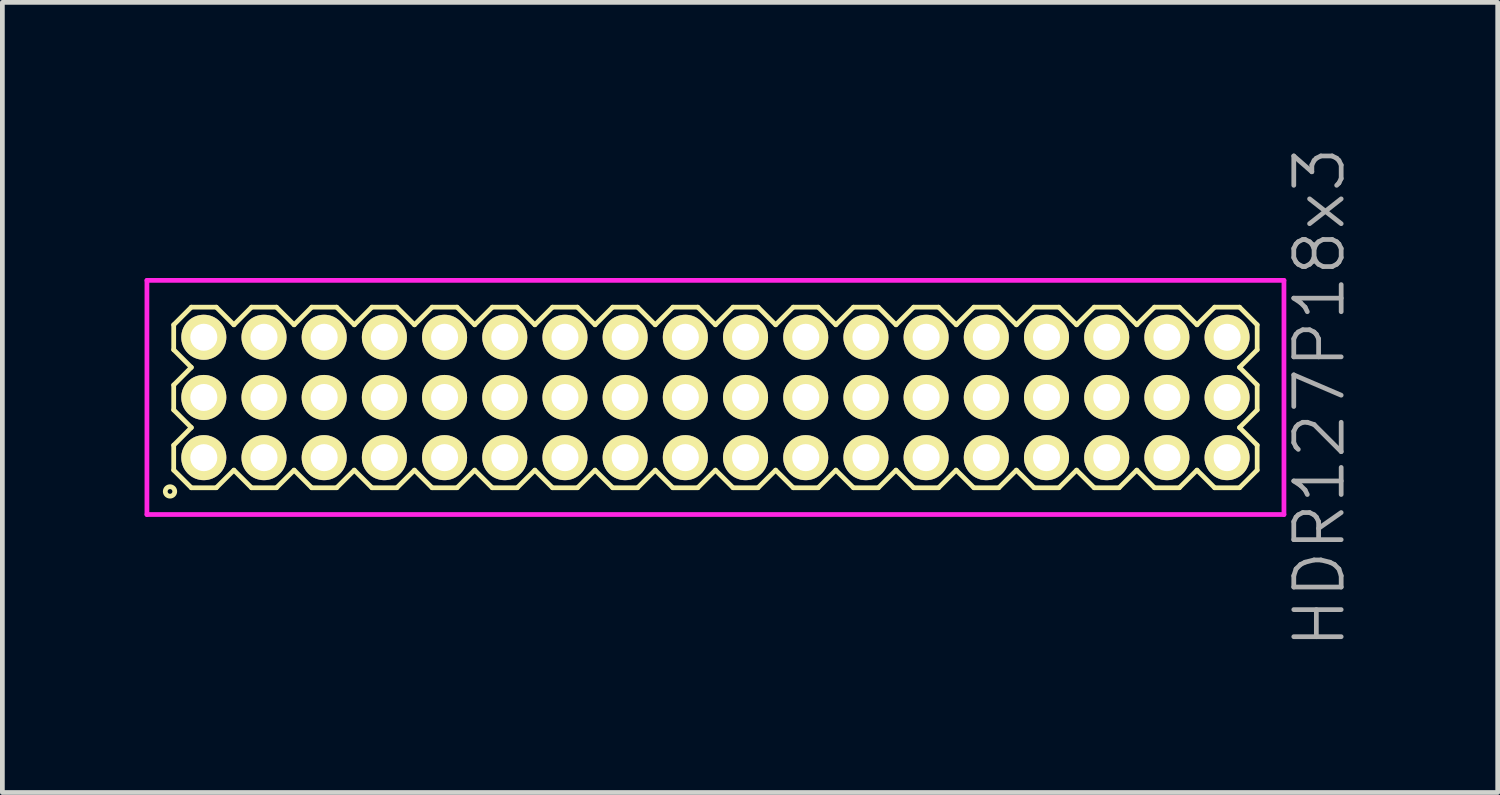
<source format=kicad_pcb>
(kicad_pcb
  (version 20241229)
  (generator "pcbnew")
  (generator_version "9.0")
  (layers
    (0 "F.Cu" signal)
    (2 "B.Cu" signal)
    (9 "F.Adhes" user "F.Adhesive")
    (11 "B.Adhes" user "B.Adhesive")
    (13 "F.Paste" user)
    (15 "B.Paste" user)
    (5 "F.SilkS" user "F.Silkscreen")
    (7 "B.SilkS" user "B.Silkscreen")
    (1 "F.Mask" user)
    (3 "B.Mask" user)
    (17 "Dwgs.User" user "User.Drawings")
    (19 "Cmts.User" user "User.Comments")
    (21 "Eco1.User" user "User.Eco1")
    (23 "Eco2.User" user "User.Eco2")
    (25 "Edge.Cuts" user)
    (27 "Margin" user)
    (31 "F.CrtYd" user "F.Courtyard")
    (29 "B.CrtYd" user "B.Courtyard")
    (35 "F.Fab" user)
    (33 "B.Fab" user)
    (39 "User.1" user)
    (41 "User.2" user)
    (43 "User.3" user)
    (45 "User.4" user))
  (footprint "HDR127P18x3"
    (layer "F.Cu")
    (at 12.045 5.336)
    (property "Reference" "HDR127P18x3" (at 12.745 0 90) (layer "F.Fab") (effects (font (size 1 1) (thickness 0.1))))
    (attr through_hole)
    (fp_line (start -11.43 -1.533) (end -11.058 -1.905) (stroke (width 0.1) (type solid)) (layer "F.SilkS"))
    (fp_line (start -11.43 -1.007) (end -11.43 -1.533) (stroke (width 0.1) (type solid)) (layer "F.SilkS"))
    (fp_line (start -11.43 -0.263) (end -11.058 -0.635) (stroke (width 0.1) (type solid)) (layer "F.SilkS"))
    (fp_line (start -11.43 0.263) (end -11.43 -0.263) (stroke (width 0.1) (type solid)) (layer "F.SilkS"))
    (fp_line (start -11.43 1.007) (end -11.058 0.635) (stroke (width 0.1) (type solid)) (layer "F.SilkS"))
    (fp_line (start -11.43 1.533) (end -11.43 1.007) (stroke (width 0.1) (type solid)) (layer "F.SilkS"))
    (fp_line (start -11.058 -1.905) (end -10.532 -1.905) (stroke (width 0.1) (type solid)) (layer "F.SilkS"))
    (fp_line (start -11.058 -0.635) (end -11.43 -1.007) (stroke (width 0.1) (type solid)) (layer "F.SilkS"))
    (fp_line (start -11.058 0.635) (end -11.43 0.263) (stroke (width 0.1) (type solid)) (layer "F.SilkS"))
    (fp_line (start -11.058 1.905) (end -11.43 1.533) (stroke (width 0.1) (type solid)) (layer "F.SilkS"))
    (fp_line (start -10.532 -1.905) (end -10.16 -1.533) (stroke (width 0.1) (type solid)) (layer "F.SilkS"))
    (fp_line (start -10.532 1.905) (end -11.058 1.905) (stroke (width 0.1) (type solid)) (layer "F.SilkS"))
    (fp_line (start -10.16 -1.533) (end -9.788 -1.905) (stroke (width 0.1) (type solid)) (layer "F.SilkS"))
    (fp_line (start -10.16 1.533) (end -10.532 1.905) (stroke (width 0.1) (type solid)) (layer "F.SilkS"))
    (fp_line (start -9.788 -1.905) (end -9.262 -1.905) (stroke (width 0.1) (type solid)) (layer "F.SilkS"))
    (fp_line (start -9.788 1.905) (end -10.16 1.533) (stroke (width 0.1) (type solid)) (layer "F.SilkS"))
    (fp_line (start -9.262 -1.905) (end -8.89 -1.533) (stroke (width 0.1) (type solid)) (layer "F.SilkS"))
    (fp_line (start -9.262 1.905) (end -9.788 1.905) (stroke (width 0.1) (type solid)) (layer "F.SilkS"))
    (fp_line (start -8.89 -1.533) (end -8.518 -1.905) (stroke (width 0.1) (type solid)) (layer "F.SilkS"))
    (fp_line (start -8.89 1.533) (end -9.262 1.905) (stroke (width 0.1) (type solid)) (layer "F.SilkS"))
    (fp_line (start -8.518 -1.905) (end -7.992 -1.905) (stroke (width 0.1) (type solid)) (layer "F.SilkS"))
    (fp_line (start -8.518 1.905) (end -8.89 1.533) (stroke (width 0.1) (type solid)) (layer "F.SilkS"))
    (fp_line (start -7.992 -1.905) (end -7.62 -1.533) (stroke (width 0.1) (type solid)) (layer "F.SilkS"))
    (fp_line (start -7.992 1.905) (end -8.518 1.905) (stroke (width 0.1) (type solid)) (layer "F.SilkS"))
    (fp_line (start -7.62 -1.533) (end -7.248 -1.905) (stroke (width 0.1) (type solid)) (layer "F.SilkS"))
    (fp_line (start -7.62 1.533) (end -7.992 1.905) (stroke (width 0.1) (type solid)) (layer "F.SilkS"))
    (fp_line (start -7.248 -1.905) (end -6.722 -1.905) (stroke (width 0.1) (type solid)) (layer "F.SilkS"))
    (fp_line (start -7.248 1.905) (end -7.62 1.533) (stroke (width 0.1) (type solid)) (layer "F.SilkS"))
    (fp_line (start -6.722 -1.905) (end -6.35 -1.533) (stroke (width 0.1) (type solid)) (layer "F.SilkS"))
    (fp_line (start -6.722 1.905) (end -7.248 1.905) (stroke (width 0.1) (type solid)) (layer "F.SilkS"))
    (fp_line (start -6.35 -1.533) (end -5.978 -1.905) (stroke (width 0.1) (type solid)) (layer "F.SilkS"))
    (fp_line (start -6.35 1.533) (end -6.722 1.905) (stroke (width 0.1) (type solid)) (layer "F.SilkS"))
    (fp_line (start -5.978 -1.905) (end -5.452 -1.905) (stroke (width 0.1) (type solid)) (layer "F.SilkS"))
    (fp_line (start -5.978 1.905) (end -6.35 1.533) (stroke (width 0.1) (type solid)) (layer "F.SilkS"))
    (fp_line (start -5.452 -1.905) (end -5.08 -1.533) (stroke (width 0.1) (type solid)) (layer "F.SilkS"))
    (fp_line (start -5.452 1.905) (end -5.978 1.905) (stroke (width 0.1) (type solid)) (layer "F.SilkS"))
    (fp_line (start -5.08 -1.533) (end -4.708 -1.905) (stroke (width 0.1) (type solid)) (layer "F.SilkS"))
    (fp_line (start -5.08 1.533) (end -5.452 1.905) (stroke (width 0.1) (type solid)) (layer "F.SilkS"))
    (fp_line (start -4.708 -1.905) (end -4.182 -1.905) (stroke (width 0.1) (type solid)) (layer "F.SilkS"))
    (fp_line (start -4.708 1.905) (end -5.08 1.533) (stroke (width 0.1) (type solid)) (layer "F.SilkS"))
    (fp_line (start -4.182 -1.905) (end -3.81 -1.533) (stroke (width 0.1) (type solid)) (layer "F.SilkS"))
    (fp_line (start -4.182 1.905) (end -4.708 1.905) (stroke (width 0.1) (type solid)) (layer "F.SilkS"))
    (fp_line (start -3.81 -1.533) (end -3.438 -1.905) (stroke (width 0.1) (type solid)) (layer "F.SilkS"))
    (fp_line (start -3.81 1.533) (end -4.182 1.905) (stroke (width 0.1) (type solid)) (layer "F.SilkS"))
    (fp_line (start -3.438 -1.905) (end -2.912 -1.905) (stroke (width 0.1) (type solid)) (layer "F.SilkS"))
    (fp_line (start -3.438 1.905) (end -3.81 1.533) (stroke (width 0.1) (type solid)) (layer "F.SilkS"))
    (fp_line (start -2.912 -1.905) (end -2.54 -1.533) (stroke (width 0.1) (type solid)) (layer "F.SilkS"))
    (fp_line (start -2.912 1.905) (end -3.438 1.905) (stroke (width 0.1) (type solid)) (layer "F.SilkS"))
    (fp_line (start -2.54 -1.533) (end -2.168 -1.905) (stroke (width 0.1) (type solid)) (layer "F.SilkS"))
    (fp_line (start -2.54 1.533) (end -2.912 1.905) (stroke (width 0.1) (type solid)) (layer "F.SilkS"))
    (fp_line (start -2.168 -1.905) (end -1.642 -1.905) (stroke (width 0.1) (type solid)) (layer "F.SilkS"))
    (fp_line (start -2.168 1.905) (end -2.54 1.533) (stroke (width 0.1) (type solid)) (layer "F.SilkS"))
    (fp_line (start -1.642 -1.905) (end -1.27 -1.533) (stroke (width 0.1) (type solid)) (layer "F.SilkS"))
    (fp_line (start -1.642 1.905) (end -2.168 1.905) (stroke (width 0.1) (type solid)) (layer "F.SilkS"))
    (fp_line (start -1.27 -1.533) (end -0.898 -1.905) (stroke (width 0.1) (type solid)) (layer "F.SilkS"))
    (fp_line (start -1.27 1.533) (end -1.642 1.905) (stroke (width 0.1) (type solid)) (layer "F.SilkS"))
    (fp_line (start -0.898 -1.905) (end -0.372 -1.905) (stroke (width 0.1) (type solid)) (layer "F.SilkS"))
    (fp_line (start -0.898 1.905) (end -1.27 1.533) (stroke (width 0.1) (type solid)) (layer "F.SilkS"))
    (fp_line (start -0.372 -1.905) (end 0 -1.533) (stroke (width 0.1) (type solid)) (layer "F.SilkS"))
    (fp_line (start -0.372 1.905) (end -0.898 1.905) (stroke (width 0.1) (type solid)) (layer "F.SilkS"))
    (fp_line (start 0 -1.533) (end 0.372 -1.905) (stroke (width 0.1) (type solid)) (layer "F.SilkS"))
    (fp_line (start 0 1.533) (end -0.372 1.905) (stroke (width 0.1) (type solid)) (layer "F.SilkS"))
    (fp_line (start 0.372 -1.905) (end 0.898 -1.905) (stroke (width 0.1) (type solid)) (layer "F.SilkS"))
    (fp_line (start 0.372 1.905) (end 0 1.533) (stroke (width 0.1) (type solid)) (layer "F.SilkS"))
    (fp_line (start 0.898 -1.905) (end 1.27 -1.533) (stroke (width 0.1) (type solid)) (layer "F.SilkS"))
    (fp_line (start 0.898 1.905) (end 0.372 1.905) (stroke (width 0.1) (type solid)) (layer "F.SilkS"))
    (fp_line (start 1.27 -1.533) (end 1.642 -1.905) (stroke (width 0.1) (type solid)) (layer "F.SilkS"))
    (fp_line (start 1.27 1.533) (end 0.898 1.905) (stroke (width 0.1) (type solid)) (layer "F.SilkS"))
    (fp_line (start 1.642 -1.905) (end 2.168 -1.905) (stroke (width 0.1) (type solid)) (layer "F.SilkS"))
    (fp_line (start 1.642 1.905) (end 1.27 1.533) (stroke (width 0.1) (type solid)) (layer "F.SilkS"))
    (fp_line (start 2.168 -1.905) (end 2.54 -1.533) (stroke (width 0.1) (type solid)) (layer "F.SilkS"))
    (fp_line (start 2.168 1.905) (end 1.642 1.905) (stroke (width 0.1) (type solid)) (layer "F.SilkS"))
    (fp_line (start 2.54 -1.533) (end 2.912 -1.905) (stroke (width 0.1) (type solid)) (layer "F.SilkS"))
    (fp_line (start 2.54 1.533) (end 2.168 1.905) (stroke (width 0.1) (type solid)) (layer "F.SilkS"))
    (fp_line (start 2.912 -1.905) (end 3.438 -1.905) (stroke (width 0.1) (type solid)) (layer "F.SilkS"))
    (fp_line (start 2.912 1.905) (end 2.54 1.533) (stroke (width 0.1) (type solid)) (layer "F.SilkS"))
    (fp_line (start 3.438 -1.905) (end 3.81 -1.533) (stroke (width 0.1) (type solid)) (layer "F.SilkS"))
    (fp_line (start 3.438 1.905) (end 2.912 1.905) (stroke (width 0.1) (type solid)) (layer "F.SilkS"))
    (fp_line (start 3.81 -1.533) (end 4.182 -1.905) (stroke (width 0.1) (type solid)) (layer "F.SilkS"))
    (fp_line (start 3.81 1.533) (end 3.438 1.905) (stroke (width 0.1) (type solid)) (layer "F.SilkS"))
    (fp_line (start 4.182 -1.905) (end 4.708 -1.905) (stroke (width 0.1) (type solid)) (layer "F.SilkS"))
    (fp_line (start 4.182 1.905) (end 3.81 1.533) (stroke (width 0.1) (type solid)) (layer "F.SilkS"))
    (fp_line (start 4.708 -1.905) (end 5.08 -1.533) (stroke (width 0.1) (type solid)) (layer "F.SilkS"))
    (fp_line (start 4.708 1.905) (end 4.182 1.905) (stroke (width 0.1) (type solid)) (layer "F.SilkS"))
    (fp_line (start 5.08 -1.533) (end 5.452 -1.905) (stroke (width 0.1) (type solid)) (layer "F.SilkS"))
    (fp_line (start 5.08 1.533) (end 4.708 1.905) (stroke (width 0.1) (type solid)) (layer "F.SilkS"))
    (fp_line (start 5.452 -1.905) (end 5.978 -1.905) (stroke (width 0.1) (type solid)) (layer "F.SilkS"))
    (fp_line (start 5.452 1.905) (end 5.08 1.533) (stroke (width 0.1) (type solid)) (layer "F.SilkS"))
    (fp_line (start 5.978 -1.905) (end 6.35 -1.533) (stroke (width 0.1) (type solid)) (layer "F.SilkS"))
    (fp_line (start 5.978 1.905) (end 5.452 1.905) (stroke (width 0.1) (type solid)) (layer "F.SilkS"))
    (fp_line (start 6.35 -1.533) (end 6.722 -1.905) (stroke (width 0.1) (type solid)) (layer "F.SilkS"))
    (fp_line (start 6.35 1.533) (end 5.978 1.905) (stroke (width 0.1) (type solid)) (layer "F.SilkS"))
    (fp_line (start 6.722 -1.905) (end 7.248 -1.905) (stroke (width 0.1) (type solid)) (layer "F.SilkS"))
    (fp_line (start 6.722 1.905) (end 6.35 1.533) (stroke (width 0.1) (type solid)) (layer "F.SilkS"))
    (fp_line (start 7.248 -1.905) (end 7.62 -1.533) (stroke (width 0.1) (type solid)) (layer "F.SilkS"))
    (fp_line (start 7.248 1.905) (end 6.722 1.905) (stroke (width 0.1) (type solid)) (layer "F.SilkS"))
    (fp_line (start 7.62 -1.533) (end 7.992 -1.905) (stroke (width 0.1) (type solid)) (layer "F.SilkS"))
    (fp_line (start 7.62 1.533) (end 7.248 1.905) (stroke (width 0.1) (type solid)) (layer "F.SilkS"))
    (fp_line (start 7.992 -1.905) (end 8.518 -1.905) (stroke (width 0.1) (type solid)) (layer "F.SilkS"))
    (fp_line (start 7.992 1.905) (end 7.62 1.533) (stroke (width 0.1) (type solid)) (layer "F.SilkS"))
    (fp_line (start 8.518 -1.905) (end 8.89 -1.533) (stroke (width 0.1) (type solid)) (layer "F.SilkS"))
    (fp_line (start 8.518 1.905) (end 7.992 1.905) (stroke (width 0.1) (type solid)) (layer "F.SilkS"))
    (fp_line (start 8.89 -1.533) (end 9.262 -1.905) (stroke (width 0.1) (type solid)) (layer "F.SilkS"))
    (fp_line (start 8.89 1.533) (end 8.518 1.905) (stroke (width 0.1) (type solid)) (layer "F.SilkS"))
    (fp_line (start 9.262 -1.905) (end 9.788 -1.905) (stroke (width 0.1) (type solid)) (layer "F.SilkS"))
    (fp_line (start 9.262 1.905) (end 8.89 1.533) (stroke (width 0.1) (type solid)) (layer "F.SilkS"))
    (fp_line (start 9.788 -1.905) (end 10.16 -1.533) (stroke (width 0.1) (type solid)) (layer "F.SilkS"))
    (fp_line (start 9.788 1.905) (end 9.262 1.905) (stroke (width 0.1) (type solid)) (layer "F.SilkS"))
    (fp_line (start 10.16 -1.533) (end 10.532 -1.905) (stroke (width 0.1) (type solid)) (layer "F.SilkS"))
    (fp_line (start 10.16 1.533) (end 9.788 1.905) (stroke (width 0.1) (type solid)) (layer "F.SilkS"))
    (fp_line (start 10.532 -1.905) (end 11.058 -1.905) (stroke (width 0.1) (type solid)) (layer "F.SilkS"))
    (fp_line (start 10.532 1.905) (end 10.16 1.533) (stroke (width 0.1) (type solid)) (layer "F.SilkS"))
    (fp_line (start 11.058 -1.905) (end 11.43 -1.533) (stroke (width 0.1) (type solid)) (layer "F.SilkS"))
    (fp_line (start 11.058 -0.635) (end 11.43 -0.263) (stroke (width 0.1) (type solid)) (layer "F.SilkS"))
    (fp_line (start 11.058 0.635) (end 11.43 1.007) (stroke (width 0.1) (type solid)) (layer "F.SilkS"))
    (fp_line (start 11.058 1.905) (end 10.532 1.905) (stroke (width 0.1) (type solid)) (layer "F.SilkS"))
    (fp_line (start 11.43 -1.533) (end 11.43 -1.007) (stroke (width 0.1) (type solid)) (layer "F.SilkS"))
    (fp_line (start 11.43 -1.007) (end 11.058 -0.635) (stroke (width 0.1) (type solid)) (layer "F.SilkS"))
    (fp_line (start 11.43 -0.263) (end 11.43 0.263) (stroke (width 0.1) (type solid)) (layer "F.SilkS"))
    (fp_line (start 11.43 0.263) (end 11.058 0.635) (stroke (width 0.1) (type solid)) (layer "F.SilkS"))
    (fp_line (start 11.43 1.007) (end 11.43 1.533) (stroke (width 0.1) (type solid)) (layer "F.SilkS"))
    (fp_line (start 11.43 1.533) (end 11.058 1.905) (stroke (width 0.1) (type solid)) (layer "F.SilkS"))
    (fp_circle (center -11.508 1.983) (end -11.408 1.983) (stroke (width 0.1) (type solid)) (fill no) (layer "F.SilkS"))
    (fp_line (start -11.995 -2.47) (end -11.995 2.47) (stroke (width 0.1) (type solid)) (layer "F.CrtYd"))
    (fp_line (start -11.995 2.47) (end 11.995 2.47) (stroke (width 0.1) (type solid)) (layer "F.CrtYd"))
    (fp_line (start 11.995 -2.47) (end -11.995 -2.47) (stroke (width 0.1) (type solid)) (layer "F.CrtYd"))
    (fp_line (start 11.995 2.47) (end 11.995 -2.47) (stroke (width 0.1) (type solid)) (layer "F.CrtYd"))
    (pad "1" thru_hole oval (at -10.795 1.27) (size 0.95 0.95) (drill 0.57) (layers "*.Cu" "*.Mask" "F.SilkS"))
    (pad "2" thru_hole oval (at -10.795 0) (size 0.95 0.95) (drill 0.57) (layers "*.Cu" "*.Mask" "F.SilkS"))
    (pad "3" thru_hole oval (at -10.795 -1.27) (size 0.95 0.95) (drill 0.57) (layers "*.Cu" "*.Mask" "F.SilkS"))
    (pad "4" thru_hole oval (at -9.525 1.27) (size 0.95 0.95) (drill 0.57) (layers "*.Cu" "*.Mask" "F.SilkS"))
    (pad "5" thru_hole oval (at -9.525 0) (size 0.95 0.95) (drill 0.57) (layers "*.Cu" "*.Mask" "F.SilkS"))
    (pad "6" thru_hole oval (at -9.525 -1.27) (size 0.95 0.95) (drill 0.57) (layers "*.Cu" "*.Mask" "F.SilkS"))
    (pad "7" thru_hole oval (at -8.255 1.27) (size 0.95 0.95) (drill 0.57) (layers "*.Cu" "*.Mask" "F.SilkS"))
    (pad "8" thru_hole oval (at -8.255 0) (size 0.95 0.95) (drill 0.57) (layers "*.Cu" "*.Mask" "F.SilkS"))
    (pad "9" thru_hole oval (at -8.255 -1.27) (size 0.95 0.95) (drill 0.57) (layers "*.Cu" "*.Mask" "F.SilkS"))
    (pad "10" thru_hole oval (at -6.985 1.27) (size 0.95 0.95) (drill 0.57) (layers "*.Cu" "*.Mask" "F.SilkS"))
    (pad "11" thru_hole oval (at -6.985 0) (size 0.95 0.95) (drill 0.57) (layers "*.Cu" "*.Mask" "F.SilkS"))
    (pad "12" thru_hole oval (at -6.985 -1.27) (size 0.95 0.95) (drill 0.57) (layers "*.Cu" "*.Mask" "F.SilkS"))
    (pad "13" thru_hole oval (at -5.715 1.27) (size 0.95 0.95) (drill 0.57) (layers "*.Cu" "*.Mask" "F.SilkS"))
    (pad "14" thru_hole oval (at -5.715 0) (size 0.95 0.95) (drill 0.57) (layers "*.Cu" "*.Mask" "F.SilkS"))
    (pad "15" thru_hole oval (at -5.715 -1.27) (size 0.95 0.95) (drill 0.57) (layers "*.Cu" "*.Mask" "F.SilkS"))
    (pad "16" thru_hole oval (at -4.445 1.27) (size 0.95 0.95) (drill 0.57) (layers "*.Cu" "*.Mask" "F.SilkS"))
    (pad "17" thru_hole oval (at -4.445 0) (size 0.95 0.95) (drill 0.57) (layers "*.Cu" "*.Mask" "F.SilkS"))
    (pad "18" thru_hole oval (at -4.445 -1.27) (size 0.95 0.95) (drill 0.57) (layers "*.Cu" "*.Mask" "F.SilkS"))
    (pad "19" thru_hole oval (at -3.175 1.27) (size 0.95 0.95) (drill 0.57) (layers "*.Cu" "*.Mask" "F.SilkS"))
    (pad "20" thru_hole oval (at -3.175 0) (size 0.95 0.95) (drill 0.57) (layers "*.Cu" "*.Mask" "F.SilkS"))
    (pad "21" thru_hole oval (at -3.175 -1.27) (size 0.95 0.95) (drill 0.57) (layers "*.Cu" "*.Mask" "F.SilkS"))
    (pad "22" thru_hole oval (at -1.905 1.27) (size 0.95 0.95) (drill 0.57) (layers "*.Cu" "*.Mask" "F.SilkS"))
    (pad "23" thru_hole oval (at -1.905 0) (size 0.95 0.95) (drill 0.57) (layers "*.Cu" "*.Mask" "F.SilkS"))
    (pad "24" thru_hole oval (at -1.905 -1.27) (size 0.95 0.95) (drill 0.57) (layers "*.Cu" "*.Mask" "F.SilkS"))
    (pad "25" thru_hole oval (at -0.635 1.27) (size 0.95 0.95) (drill 0.57) (layers "*.Cu" "*.Mask" "F.SilkS"))
    (pad "26" thru_hole oval (at -0.635 0) (size 0.95 0.95) (drill 0.57) (layers "*.Cu" "*.Mask" "F.SilkS"))
    (pad "27" thru_hole oval (at -0.635 -1.27) (size 0.95 0.95) (drill 0.57) (layers "*.Cu" "*.Mask" "F.SilkS"))
    (pad "28" thru_hole oval (at 0.635 1.27) (size 0.95 0.95) (drill 0.57) (layers "*.Cu" "*.Mask" "F.SilkS"))
    (pad "29" thru_hole oval (at 0.635 0) (size 0.95 0.95) (drill 0.57) (layers "*.Cu" "*.Mask" "F.SilkS"))
    (pad "30" thru_hole oval (at 0.635 -1.27) (size 0.95 0.95) (drill 0.57) (layers "*.Cu" "*.Mask" "F.SilkS"))
    (pad "31" thru_hole oval (at 1.905 1.27) (size 0.95 0.95) (drill 0.57) (layers "*.Cu" "*.Mask" "F.SilkS"))
    (pad "32" thru_hole oval (at 1.905 0) (size 0.95 0.95) (drill 0.57) (layers "*.Cu" "*.Mask" "F.SilkS"))
    (pad "33" thru_hole oval (at 1.905 -1.27) (size 0.95 0.95) (drill 0.57) (layers "*.Cu" "*.Mask" "F.SilkS"))
    (pad "34" thru_hole oval (at 3.175 1.27) (size 0.95 0.95) (drill 0.57) (layers "*.Cu" "*.Mask" "F.SilkS"))
    (pad "35" thru_hole oval (at 3.175 0) (size 0.95 0.95) (drill 0.57) (layers "*.Cu" "*.Mask" "F.SilkS"))
    (pad "36" thru_hole oval (at 3.175 -1.27) (size 0.95 0.95) (drill 0.57) (layers "*.Cu" "*.Mask" "F.SilkS"))
    (pad "37" thru_hole oval (at 4.445 1.27) (size 0.95 0.95) (drill 0.57) (layers "*.Cu" "*.Mask" "F.SilkS"))
    (pad "38" thru_hole oval (at 4.445 0) (size 0.95 0.95) (drill 0.57) (layers "*.Cu" "*.Mask" "F.SilkS"))
    (pad "39" thru_hole oval (at 4.445 -1.27) (size 0.95 0.95) (drill 0.57) (layers "*.Cu" "*.Mask" "F.SilkS"))
    (pad "40" thru_hole oval (at 5.715 1.27) (size 0.95 0.95) (drill 0.57) (layers "*.Cu" "*.Mask" "F.SilkS"))
    (pad "41" thru_hole oval (at 5.715 0) (size 0.95 0.95) (drill 0.57) (layers "*.Cu" "*.Mask" "F.SilkS"))
    (pad "42" thru_hole oval (at 5.715 -1.27) (size 0.95 0.95) (drill 0.57) (layers "*.Cu" "*.Mask" "F.SilkS"))
    (pad "43" thru_hole oval (at 6.985 1.27) (size 0.95 0.95) (drill 0.57) (layers "*.Cu" "*.Mask" "F.SilkS"))
    (pad "44" thru_hole oval (at 6.985 0) (size 0.95 0.95) (drill 0.57) (layers "*.Cu" "*.Mask" "F.SilkS"))
    (pad "45" thru_hole oval (at 6.985 -1.27) (size 0.95 0.95) (drill 0.57) (layers "*.Cu" "*.Mask" "F.SilkS"))
    (pad "46" thru_hole oval (at 8.255 1.27) (size 0.95 0.95) (drill 0.57) (layers "*.Cu" "*.Mask" "F.SilkS"))
    (pad "47" thru_hole oval (at 8.255 0) (size 0.95 0.95) (drill 0.57) (layers "*.Cu" "*.Mask" "F.SilkS"))
    (pad "48" thru_hole oval (at 8.255 -1.27) (size 0.95 0.95) (drill 0.57) (layers "*.Cu" "*.Mask" "F.SilkS"))
    (pad "49" thru_hole oval (at 9.525 1.27) (size 0.95 0.95) (drill 0.57) (layers "*.Cu" "*.Mask" "F.SilkS"))
    (pad "50" thru_hole oval (at 9.525 0) (size 0.95 0.95) (drill 0.57) (layers "*.Cu" "*.Mask" "F.SilkS"))
    (pad "51" thru_hole oval (at 9.525 -1.27) (size 0.95 0.95) (drill 0.57) (layers "*.Cu" "*.Mask" "F.SilkS"))
    (pad "52" thru_hole oval (at 10.795 1.27) (size 0.95 0.95) (drill 0.57) (layers "*.Cu" "*.Mask" "F.SilkS"))
    (pad "53" thru_hole oval (at 10.795 0) (size 0.95 0.95) (drill 0.57) (layers "*.Cu" "*.Mask" "F.SilkS"))
    (pad "54" thru_hole oval (at 10.795 -1.27) (size 0.95 0.95) (drill 0.57) (layers "*.Cu" "*.Mask" "F.SilkS")))
  (gr_rect
    (start -3 -3)
    (end 28.55 13.671)
    (stroke (width 0.1) (type default))
    (fill no)
    (layer "Edge.Cuts")))
</source>
